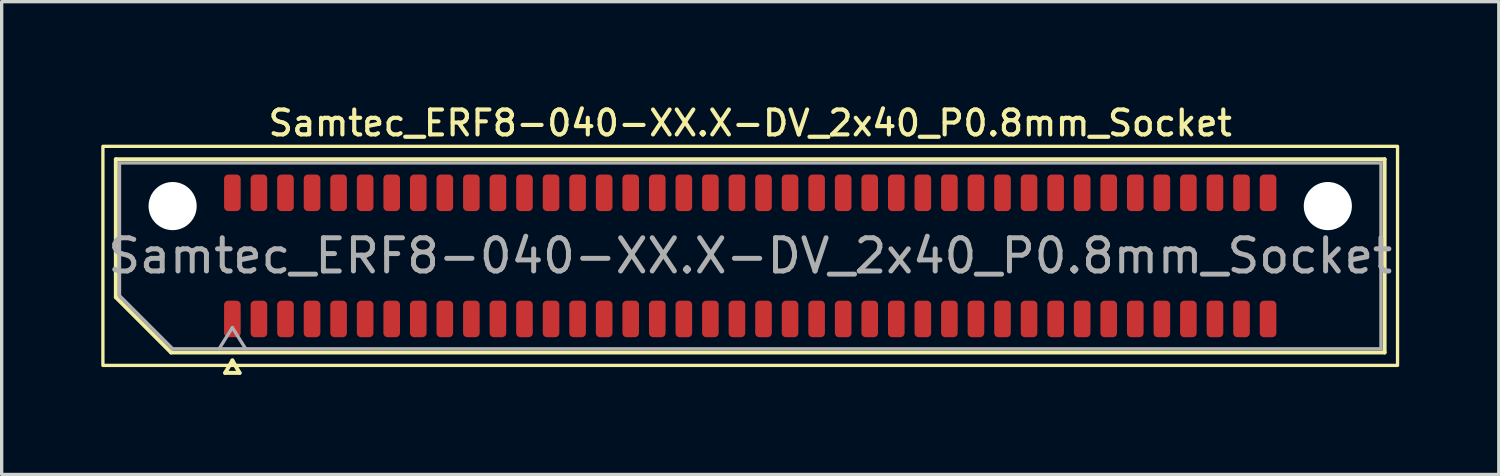
<source format=kicad_pcb>
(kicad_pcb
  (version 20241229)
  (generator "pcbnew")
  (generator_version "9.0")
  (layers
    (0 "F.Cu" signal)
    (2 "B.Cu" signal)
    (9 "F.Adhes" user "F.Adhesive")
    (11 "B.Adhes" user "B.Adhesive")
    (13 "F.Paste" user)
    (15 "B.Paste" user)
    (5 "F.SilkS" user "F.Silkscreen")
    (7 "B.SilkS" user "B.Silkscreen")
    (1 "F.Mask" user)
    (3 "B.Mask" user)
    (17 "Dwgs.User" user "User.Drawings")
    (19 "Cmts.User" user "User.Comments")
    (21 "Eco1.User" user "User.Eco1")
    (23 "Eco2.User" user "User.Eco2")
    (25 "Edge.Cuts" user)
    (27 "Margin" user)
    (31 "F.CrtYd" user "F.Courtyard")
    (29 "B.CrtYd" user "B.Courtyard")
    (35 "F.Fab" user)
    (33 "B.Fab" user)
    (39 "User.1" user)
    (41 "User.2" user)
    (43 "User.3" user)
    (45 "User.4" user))
  (footprint "Samtec_ERF8-040-XX.X-DV_2x40_P0.8mm_Socket"
    (layer "F.Cu")
    (at 19.55 4.658)
    (property "Reference" "Samtec_ERF8-040-XX.X-DV_2x40_P0.8mm_Socket" (at 0 -4 0) (layer "F.SilkS") (effects (font (size 0.75 0.75) (thickness 0.125))))
    (attr smd)
    (fp_line (start -19.11 -2.91) (end 19.11 -2.91) (stroke (width 0.12) (type solid)) (layer "F.SilkS"))
    (fp_line (start -19.11 1.246) (end -19.11 -2.91) (stroke (width 0.12) (type solid)) (layer "F.SilkS"))
    (fp_line (start -17.446 2.91) (end -19.11 1.246) (stroke (width 0.12) (type solid)) (layer "F.SilkS"))
    (fp_line (start -15.817 3.525) (end -15.6 3.15) (stroke (width 0.12) (type solid)) (layer "F.SilkS"))
    (fp_line (start -15.6 3.15) (end -15.383 3.525) (stroke (width 0.12) (type solid)) (layer "F.SilkS"))
    (fp_line (start -15.383 3.525) (end -15.817 3.525) (stroke (width 0.12) (type solid)) (layer "F.SilkS"))
    (fp_line (start 19.11 -2.91) (end 19.11 2.91) (stroke (width 0.12) (type solid)) (layer "F.SilkS"))
    (fp_line (start 19.11 2.91) (end -17.446 2.91) (stroke (width 0.12) (type solid)) (layer "F.SilkS"))
    (fp_rect (start -19.5 -3.3) (end 19.5 3.3) (stroke (width 0.1) (type solid)) (fill no) (layer "F.SilkS"))
    (fp_line (start -19 -2.8) (end 19 -2.8) (stroke (width 0.1) (type solid)) (layer "F.Fab"))
    (fp_line (start -19 1.2) (end -19 -2.8) (stroke (width 0.1) (type solid)) (layer "F.Fab"))
    (fp_line (start -17.4 2.8) (end -19 1.2) (stroke (width 0.1) (type solid)) (layer "F.Fab"))
    (fp_line (start -16 2.8) (end -15.6 2.16) (stroke (width 0.1) (type solid)) (layer "F.Fab"))
    (fp_line (start -15.6 2.16) (end -15.2 2.8) (stroke (width 0.1) (type solid)) (layer "F.Fab"))
    (fp_line (start 19 -2.8) (end 19 2.8) (stroke (width 0.1) (type solid)) (layer "F.Fab"))
    (fp_line (start 19 2.8) (end -17.4 2.8) (stroke (width 0.1) (type solid)) (layer "F.Fab"))
    (fp_text user "${REFERENCE}" (at 0 0 0) (layer "F.Fab") (effects (font (size 1 1) (thickness 0.15))))
    (pad "" np_thru_hole circle (at -17.4 -1.5) (size 1.45 1.45) (drill 1.45) (layers "*.Cu" "*.Mask"))
    (pad "" np_thru_hole circle (at 17.4 -1.5) (size 1.45 1.45) (drill 1.45) (layers "*.Cu" "*.Mask"))
    (pad "1" smd roundrect (at -15.6 1.9) (size 0.5 1.1) (layers "F.Cu" "F.Mask" "F.Paste") (roundrect_rratio 0.25))
    (pad "2" smd roundrect (at -15.6 -1.9) (size 0.5 1.1) (layers "F.Cu" "F.Mask" "F.Paste") (roundrect_rratio 0.25))
    (pad "3" smd roundrect (at -14.8 1.9) (size 0.5 1.1) (layers "F.Cu" "F.Mask" "F.Paste") (roundrect_rratio 0.25))
    (pad "4" smd roundrect (at -14.8 -1.9) (size 0.5 1.1) (layers "F.Cu" "F.Mask" "F.Paste") (roundrect_rratio 0.25))
    (pad "5" smd roundrect (at -14 1.9) (size 0.5 1.1) (layers "F.Cu" "F.Mask" "F.Paste") (roundrect_rratio 0.25))
    (pad "6" smd roundrect (at -14 -1.9) (size 0.5 1.1) (layers "F.Cu" "F.Mask" "F.Paste") (roundrect_rratio 0.25))
    (pad "7" smd roundrect (at -13.2 1.9) (size 0.5 1.1) (layers "F.Cu" "F.Mask" "F.Paste") (roundrect_rratio 0.25))
    (pad "8" smd roundrect (at -13.2 -1.9) (size 0.5 1.1) (layers "F.Cu" "F.Mask" "F.Paste") (roundrect_rratio 0.25))
    (pad "9" smd roundrect (at -12.4 1.9) (size 0.5 1.1) (layers "F.Cu" "F.Mask" "F.Paste") (roundrect_rratio 0.25))
    (pad "10" smd roundrect (at -12.4 -1.9) (size 0.5 1.1) (layers "F.Cu" "F.Mask" "F.Paste") (roundrect_rratio 0.25))
    (pad "11" smd roundrect (at -11.6 1.9) (size 0.5 1.1) (layers "F.Cu" "F.Mask" "F.Paste") (roundrect_rratio 0.25))
    (pad "12" smd roundrect (at -11.6 -1.9) (size 0.5 1.1) (layers "F.Cu" "F.Mask" "F.Paste") (roundrect_rratio 0.25))
    (pad "13" smd roundrect (at -10.8 1.9) (size 0.5 1.1) (layers "F.Cu" "F.Mask" "F.Paste") (roundrect_rratio 0.25))
    (pad "14" smd roundrect (at -10.8 -1.9) (size 0.5 1.1) (layers "F.Cu" "F.Mask" "F.Paste") (roundrect_rratio 0.25))
    (pad "15" smd roundrect (at -10 1.9) (size 0.5 1.1) (layers "F.Cu" "F.Mask" "F.Paste") (roundrect_rratio 0.25))
    (pad "16" smd roundrect (at -10 -1.9) (size 0.5 1.1) (layers "F.Cu" "F.Mask" "F.Paste") (roundrect_rratio 0.25))
    (pad "17" smd roundrect (at -9.2 1.9) (size 0.5 1.1) (layers "F.Cu" "F.Mask" "F.Paste") (roundrect_rratio 0.25))
    (pad "18" smd roundrect (at -9.2 -1.9) (size 0.5 1.1) (layers "F.Cu" "F.Mask" "F.Paste") (roundrect_rratio 0.25))
    (pad "19" smd roundrect (at -8.4 1.9) (size 0.5 1.1) (layers "F.Cu" "F.Mask" "F.Paste") (roundrect_rratio 0.25))
    (pad "20" smd roundrect (at -8.4 -1.9) (size 0.5 1.1) (layers "F.Cu" "F.Mask" "F.Paste") (roundrect_rratio 0.25))
    (pad "21" smd roundrect (at -7.6 1.9) (size 0.5 1.1) (layers "F.Cu" "F.Mask" "F.Paste") (roundrect_rratio 0.25))
    (pad "22" smd roundrect (at -7.6 -1.9) (size 0.5 1.1) (layers "F.Cu" "F.Mask" "F.Paste") (roundrect_rratio 0.25))
    (pad "23" smd roundrect (at -6.8 1.9) (size 0.5 1.1) (layers "F.Cu" "F.Mask" "F.Paste") (roundrect_rratio 0.25))
    (pad "24" smd roundrect (at -6.8 -1.9) (size 0.5 1.1) (layers "F.Cu" "F.Mask" "F.Paste") (roundrect_rratio 0.25))
    (pad "25" smd roundrect (at -6 1.9) (size 0.5 1.1) (layers "F.Cu" "F.Mask" "F.Paste") (roundrect_rratio 0.25))
    (pad "26" smd roundrect (at -6 -1.9) (size 0.5 1.1) (layers "F.Cu" "F.Mask" "F.Paste") (roundrect_rratio 0.25))
    (pad "27" smd roundrect (at -5.2 1.9) (size 0.5 1.1) (layers "F.Cu" "F.Mask" "F.Paste") (roundrect_rratio 0.25))
    (pad "28" smd roundrect (at -5.2 -1.9) (size 0.5 1.1) (layers "F.Cu" "F.Mask" "F.Paste") (roundrect_rratio 0.25))
    (pad "29" smd roundrect (at -4.4 1.9) (size 0.5 1.1) (layers "F.Cu" "F.Mask" "F.Paste") (roundrect_rratio 0.25))
    (pad "30" smd roundrect (at -4.4 -1.9) (size 0.5 1.1) (layers "F.Cu" "F.Mask" "F.Paste") (roundrect_rratio 0.25))
    (pad "31" smd roundrect (at -3.6 1.9) (size 0.5 1.1) (layers "F.Cu" "F.Mask" "F.Paste") (roundrect_rratio 0.25))
    (pad "32" smd roundrect (at -3.6 -1.9) (size 0.5 1.1) (layers "F.Cu" "F.Mask" "F.Paste") (roundrect_rratio 0.25))
    (pad "33" smd roundrect (at -2.8 1.9) (size 0.5 1.1) (layers "F.Cu" "F.Mask" "F.Paste") (roundrect_rratio 0.25))
    (pad "34" smd roundrect (at -2.8 -1.9) (size 0.5 1.1) (layers "F.Cu" "F.Mask" "F.Paste") (roundrect_rratio 0.25))
    (pad "35" smd roundrect (at -2 1.9) (size 0.5 1.1) (layers "F.Cu" "F.Mask" "F.Paste") (roundrect_rratio 0.25))
    (pad "36" smd roundrect (at -2 -1.9) (size 0.5 1.1) (layers "F.Cu" "F.Mask" "F.Paste") (roundrect_rratio 0.25))
    (pad "37" smd roundrect (at -1.2 1.9) (size 0.5 1.1) (layers "F.Cu" "F.Mask" "F.Paste") (roundrect_rratio 0.25))
    (pad "38" smd roundrect (at -1.2 -1.9) (size 0.5 1.1) (layers "F.Cu" "F.Mask" "F.Paste") (roundrect_rratio 0.25))
    (pad "39" smd roundrect (at -0.4 1.9) (size 0.5 1.1) (layers "F.Cu" "F.Mask" "F.Paste") (roundrect_rratio 0.25))
    (pad "40" smd roundrect (at -0.4 -1.9) (size 0.5 1.1) (layers "F.Cu" "F.Mask" "F.Paste") (roundrect_rratio 0.25))
    (pad "41" smd roundrect (at 0.4 1.9) (size 0.5 1.1) (layers "F.Cu" "F.Mask" "F.Paste") (roundrect_rratio 0.25))
    (pad "42" smd roundrect (at 0.4 -1.9) (size 0.5 1.1) (layers "F.Cu" "F.Mask" "F.Paste") (roundrect_rratio 0.25))
    (pad "43" smd roundrect (at 1.2 1.9) (size 0.5 1.1) (layers "F.Cu" "F.Mask" "F.Paste") (roundrect_rratio 0.25))
    (pad "44" smd roundrect (at 1.2 -1.9) (size 0.5 1.1) (layers "F.Cu" "F.Mask" "F.Paste") (roundrect_rratio 0.25))
    (pad "45" smd roundrect (at 2 1.9) (size 0.5 1.1) (layers "F.Cu" "F.Mask" "F.Paste") (roundrect_rratio 0.25))
    (pad "46" smd roundrect (at 2 -1.9) (size 0.5 1.1) (layers "F.Cu" "F.Mask" "F.Paste") (roundrect_rratio 0.25))
    (pad "47" smd roundrect (at 2.8 1.9) (size 0.5 1.1) (layers "F.Cu" "F.Mask" "F.Paste") (roundrect_rratio 0.25))
    (pad "48" smd roundrect (at 2.8 -1.9) (size 0.5 1.1) (layers "F.Cu" "F.Mask" "F.Paste") (roundrect_rratio 0.25))
    (pad "49" smd roundrect (at 3.6 1.9) (size 0.5 1.1) (layers "F.Cu" "F.Mask" "F.Paste") (roundrect_rratio 0.25))
    (pad "50" smd roundrect (at 3.6 -1.9) (size 0.5 1.1) (layers "F.Cu" "F.Mask" "F.Paste") (roundrect_rratio 0.25))
    (pad "51" smd roundrect (at 4.4 1.9) (size 0.5 1.1) (layers "F.Cu" "F.Mask" "F.Paste") (roundrect_rratio 0.25))
    (pad "52" smd roundrect (at 4.4 -1.9) (size 0.5 1.1) (layers "F.Cu" "F.Mask" "F.Paste") (roundrect_rratio 0.25))
    (pad "53" smd roundrect (at 5.2 1.9) (size 0.5 1.1) (layers "F.Cu" "F.Mask" "F.Paste") (roundrect_rratio 0.25))
    (pad "54" smd roundrect (at 5.2 -1.9) (size 0.5 1.1) (layers "F.Cu" "F.Mask" "F.Paste") (roundrect_rratio 0.25))
    (pad "55" smd roundrect (at 6 1.9) (size 0.5 1.1) (layers "F.Cu" "F.Mask" "F.Paste") (roundrect_rratio 0.25))
    (pad "56" smd roundrect (at 6 -1.9) (size 0.5 1.1) (layers "F.Cu" "F.Mask" "F.Paste") (roundrect_rratio 0.25))
    (pad "57" smd roundrect (at 6.8 1.9) (size 0.5 1.1) (layers "F.Cu" "F.Mask" "F.Paste") (roundrect_rratio 0.25))
    (pad "58" smd roundrect (at 6.8 -1.9) (size 0.5 1.1) (layers "F.Cu" "F.Mask" "F.Paste") (roundrect_rratio 0.25))
    (pad "59" smd roundrect (at 7.6 1.9) (size 0.5 1.1) (layers "F.Cu" "F.Mask" "F.Paste") (roundrect_rratio 0.25))
    (pad "60" smd roundrect (at 7.6 -1.9) (size 0.5 1.1) (layers "F.Cu" "F.Mask" "F.Paste") (roundrect_rratio 0.25))
    (pad "61" smd roundrect (at 8.4 1.9) (size 0.5 1.1) (layers "F.Cu" "F.Mask" "F.Paste") (roundrect_rratio 0.25))
    (pad "62" smd roundrect (at 8.4 -1.9) (size 0.5 1.1) (layers "F.Cu" "F.Mask" "F.Paste") (roundrect_rratio 0.25))
    (pad "63" smd roundrect (at 9.2 1.9) (size 0.5 1.1) (layers "F.Cu" "F.Mask" "F.Paste") (roundrect_rratio 0.25))
    (pad "64" smd roundrect (at 9.2 -1.9) (size 0.5 1.1) (layers "F.Cu" "F.Mask" "F.Paste") (roundrect_rratio 0.25))
    (pad "65" smd roundrect (at 10 1.9) (size 0.5 1.1) (layers "F.Cu" "F.Mask" "F.Paste") (roundrect_rratio 0.25))
    (pad "66" smd roundrect (at 10 -1.9) (size 0.5 1.1) (layers "F.Cu" "F.Mask" "F.Paste") (roundrect_rratio 0.25))
    (pad "67" smd roundrect (at 10.8 1.9) (size 0.5 1.1) (layers "F.Cu" "F.Mask" "F.Paste") (roundrect_rratio 0.25))
    (pad "68" smd roundrect (at 10.8 -1.9) (size 0.5 1.1) (layers "F.Cu" "F.Mask" "F.Paste") (roundrect_rratio 0.25))
    (pad "69" smd roundrect (at 11.6 1.9) (size 0.5 1.1) (layers "F.Cu" "F.Mask" "F.Paste") (roundrect_rratio 0.25))
    (pad "70" smd roundrect (at 11.6 -1.9) (size 0.5 1.1) (layers "F.Cu" "F.Mask" "F.Paste") (roundrect_rratio 0.25))
    (pad "71" smd roundrect (at 12.4 1.9) (size 0.5 1.1) (layers "F.Cu" "F.Mask" "F.Paste") (roundrect_rratio 0.25))
    (pad "72" smd roundrect (at 12.4 -1.9) (size 0.5 1.1) (layers "F.Cu" "F.Mask" "F.Paste") (roundrect_rratio 0.25))
    (pad "73" smd roundrect (at 13.2 1.9) (size 0.5 1.1) (layers "F.Cu" "F.Mask" "F.Paste") (roundrect_rratio 0.25))
    (pad "74" smd roundrect (at 13.2 -1.9) (size 0.5 1.1) (layers "F.Cu" "F.Mask" "F.Paste") (roundrect_rratio 0.25))
    (pad "75" smd roundrect (at 14 1.9) (size 0.5 1.1) (layers "F.Cu" "F.Mask" "F.Paste") (roundrect_rratio 0.25))
    (pad "76" smd roundrect (at 14 -1.9) (size 0.5 1.1) (layers "F.Cu" "F.Mask" "F.Paste") (roundrect_rratio 0.25))
    (pad "77" smd roundrect (at 14.8 1.9) (size 0.5 1.1) (layers "F.Cu" "F.Mask" "F.Paste") (roundrect_rratio 0.25))
    (pad "78" smd roundrect (at 14.8 -1.9) (size 0.5 1.1) (layers "F.Cu" "F.Mask" "F.Paste") (roundrect_rratio 0.25))
    (pad "79" smd roundrect (at 15.6 1.9) (size 0.5 1.1) (layers "F.Cu" "F.Mask" "F.Paste") (roundrect_rratio 0.25))
    (pad "80" smd roundrect (at 15.6 -1.9) (size 0.5 1.1) (layers "F.Cu" "F.Mask" "F.Paste") (roundrect_rratio 0.25)))
  (gr_rect
    (start -3 -3)
    (end 42.1 11.243)
    (stroke (width 0.1) (type default))
    (fill no)
    (layer "Edge.Cuts")))
</source>
